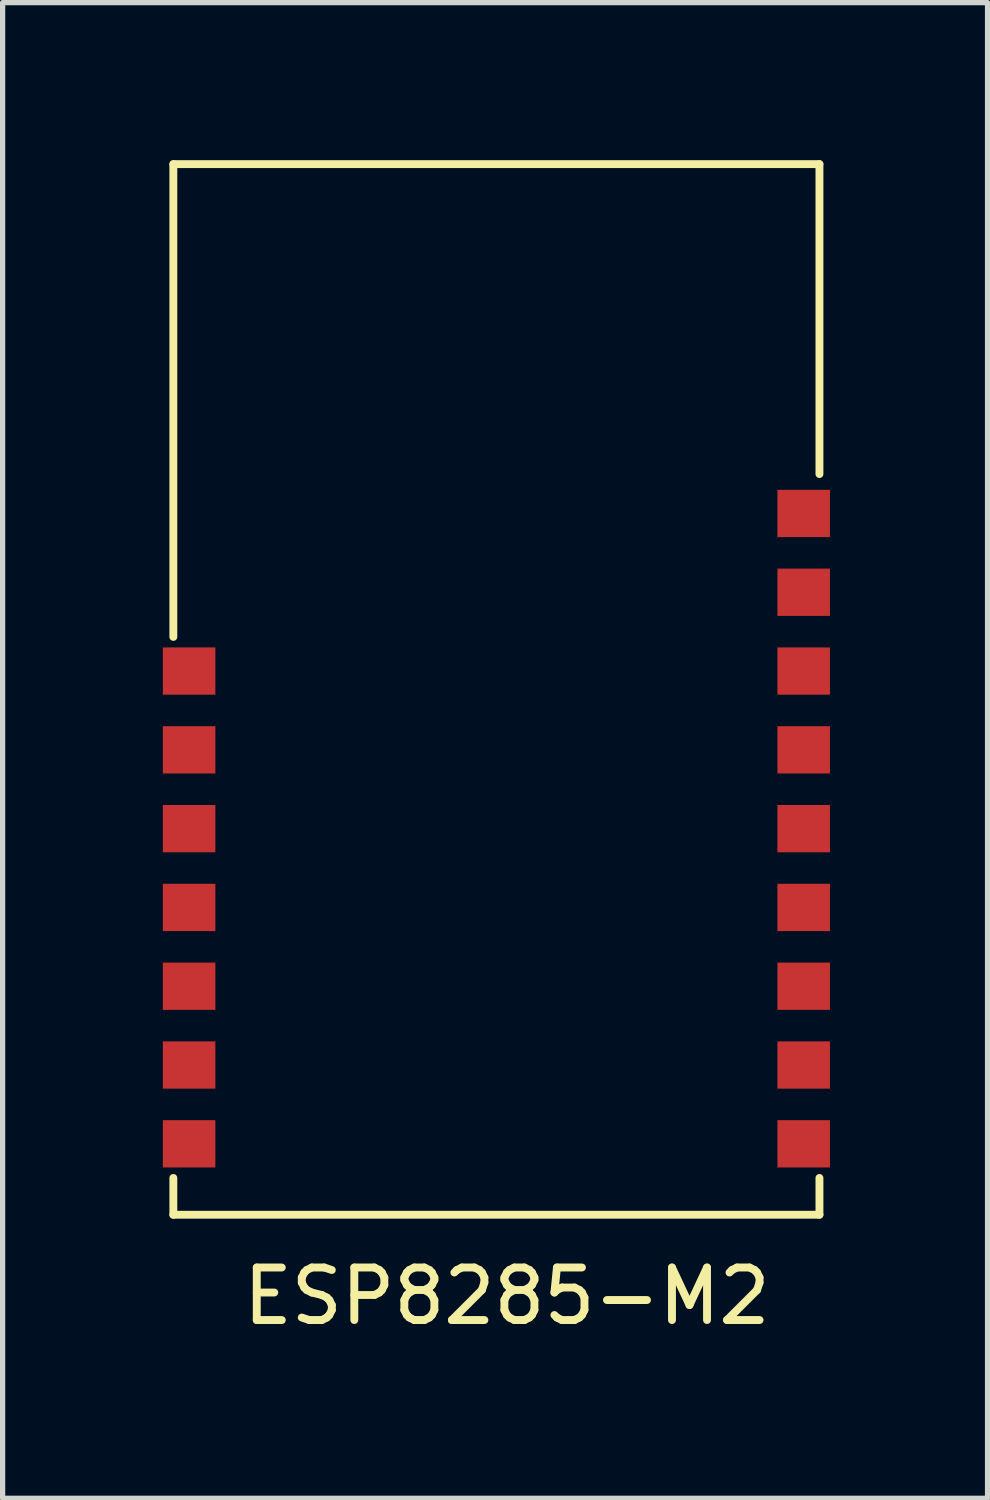
<source format=kicad_pcb>
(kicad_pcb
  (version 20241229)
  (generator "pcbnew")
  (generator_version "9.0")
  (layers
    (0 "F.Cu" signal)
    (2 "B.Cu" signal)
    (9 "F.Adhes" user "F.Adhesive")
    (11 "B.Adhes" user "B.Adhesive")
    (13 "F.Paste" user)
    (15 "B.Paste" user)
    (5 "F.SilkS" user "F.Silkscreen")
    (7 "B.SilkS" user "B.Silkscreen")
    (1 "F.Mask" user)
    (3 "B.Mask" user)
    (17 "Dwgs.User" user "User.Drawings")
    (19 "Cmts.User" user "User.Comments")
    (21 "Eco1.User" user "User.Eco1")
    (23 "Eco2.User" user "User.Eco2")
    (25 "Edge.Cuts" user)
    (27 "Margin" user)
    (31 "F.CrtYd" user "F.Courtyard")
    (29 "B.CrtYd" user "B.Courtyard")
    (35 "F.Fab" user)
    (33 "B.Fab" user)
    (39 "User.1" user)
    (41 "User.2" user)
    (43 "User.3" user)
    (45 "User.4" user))
  (footprint "ESP8285-M2"
    (layer "F.Cu")
    (at 0.25 20.075)
    (property "Reference" "ESP8285-M2" (at 6.35 1.55 0) (layer "F.SilkS") (effects (font (size 1 1) (thickness 0.15))))
    (attr through_hole)
    (fp_line (start 0 -20) (end 12.3 -20) (stroke (width 0.15) (type solid)) (layer "F.SilkS"))
    (fp_line (start 0 -11) (end 0 -20) (stroke (width 0.15) (type solid)) (layer "F.SilkS"))
    (fp_line (start 0 -0.7) (end 0 0) (stroke (width 0.15) (type solid)) (layer "F.SilkS"))
    (fp_line (start 0 0) (end 12.3 0) (stroke (width 0.15) (type solid)) (layer "F.SilkS"))
    (fp_line (start 12.3 -20) (end 12.3 -14.1) (stroke (width 0.15) (type solid)) (layer "F.SilkS"))
    (fp_line (start 12.3 0) (end 12.3 -0.7) (stroke (width 0.15) (type solid)) (layer "F.SilkS"))
    (pad "1" smd rect (at 0.3 -10.35) (size 1 0.9) (layers "F.Cu" "F.Mask" "F.Paste"))
    (pad "2" smd rect (at 0.3 -8.85) (size 1 0.9) (layers "F.Cu" "F.Mask" "F.Paste"))
    (pad "3" smd rect (at 0.3 -7.35) (size 1 0.9) (layers "F.Cu" "F.Mask" "F.Paste"))
    (pad "4" smd rect (at 0.3 -5.85) (size 1 0.9) (layers "F.Cu" "F.Mask" "F.Paste"))
    (pad "5" smd rect (at 0.3 -4.35) (size 1 0.9) (layers "F.Cu" "F.Mask" "F.Paste"))
    (pad "6" smd rect (at 0.3 -2.85) (size 1 0.9) (layers "F.Cu" "F.Mask" "F.Paste"))
    (pad "7" smd rect (at 0.3 -1.35) (size 1 0.9) (layers "F.Cu" "F.Mask" "F.Paste"))
    (pad "8" smd rect (at 12 -1.35) (size 1 0.9) (layers "F.Cu" "F.Mask" "F.Paste"))
    (pad "9" smd rect (at 12 -2.85) (size 1 0.9) (layers "F.Cu" "F.Mask" "F.Paste"))
    (pad "10" smd rect (at 12 -4.35) (size 1 0.9) (layers "F.Cu" "F.Mask" "F.Paste"))
    (pad "11" smd rect (at 12 -5.85) (size 1 0.9) (layers "F.Cu" "F.Mask" "F.Paste"))
    (pad "12" smd rect (at 12 -7.35) (size 1 0.9) (layers "F.Cu" "F.Mask" "F.Paste"))
    (pad "13" smd rect (at 12 -8.85) (size 1 0.9) (layers "F.Cu" "F.Mask" "F.Paste"))
    (pad "14" smd rect (at 12 -10.35) (size 1 0.9) (layers "F.Cu" "F.Mask" "F.Paste"))
    (pad "15" smd rect (at 12 -11.85) (size 1 0.9) (layers "F.Cu" "F.Mask" "F.Paste"))
    (pad "16" smd rect (at 12 -13.35) (size 1 0.9) (layers "F.Cu" "F.Mask" "F.Paste")))
  (gr_rect
    (start -3 -3)
    (end 15.75 25.473)
    (stroke (width 0.1) (type default))
    (fill no)
    (layer "Edge.Cuts")))
</source>
